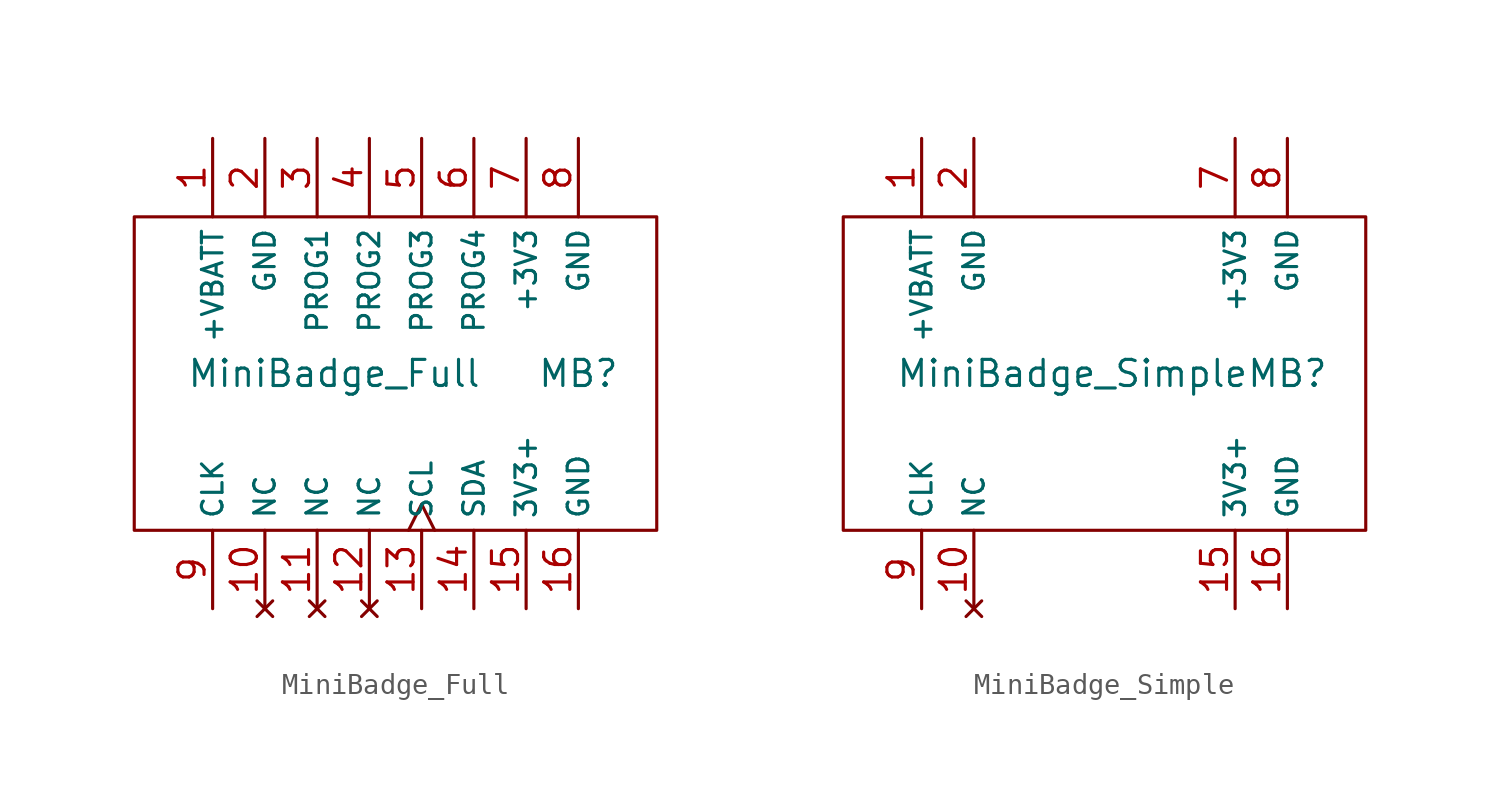
<source format=kicad_sym>
(kicad_symbol_lib
  (version 20211014)
  (generator kicad_symbol_editor)
  (symbol "MiniBadge_Full"
    (property "Reference" "MB"
      (at 8.89 0 0)
      (effects (font (size 1.27 1.27))))
    (property "Value" "MiniBadge_Full"
      (at -10.16 0 0)
      (effects (font (size 1.27 1.27)) (justify left)))
    (symbol "MiniBadge_Full_0_1"
      (rectangle (start -12.7 7.62) (end 12.7 -7.62) (stroke (width 0) (type default) (color 0 0 0 0)) (fill (type none))))
    (symbol "MiniBadge_Full_1_1"
      (pin power_out line (at -8.89 11.43 270) (length 3.81) (name "+VBATT" (effects (font (size 1 1)))) (number "1" (effects (font (size 1.27 1.27)))))
      (pin no_connect line (at -6.35 -11.43 90) (length 3.81) (name "NC" (effects (font (size 1 1)))) (number "10" (effects (font (size 1.27 1.27)))))
      (pin no_connect line (at -3.81 -11.43 90) (length 3.81) (name "NC" (effects (font (size 1 1)))) (number "11" (effects (font (size 1.27 1.27)))))
      (pin no_connect line (at -1.27 -11.43 90) (length 3.81) (name "NC" (effects (font (size 1 1)))) (number "12" (effects (font (size 1.27 1.27)))))
      (pin bidirectional clock (at 1.27 -11.43 90) (length 3.81) (name "SCL" (effects (font (size 1 1)))) (number "13" (effects (font (size 1.27 1.27)))))
      (pin output line (at 3.81 -11.43 90) (length 3.81) (name "SDA" (effects (font (size 1 1)))) (number "14" (effects (font (size 1.27 1.27)))))
      (pin power_out line (at 6.35 -11.43 90) (length 3.81) (name "3V3+" (effects (font (size 1 1)))) (number "15" (effects (font (size 1.27 1.27)))))
      (pin power_out line (at 8.89 -11.43 90) (length 3.81) (name "GND" (effects (font (size 1 1)))) (number "16" (effects (font (size 1.27 1.27)))))
      (pin power_out line (at -6.35 11.43 270) (length 3.81) (name "GND" (effects (font (size 1 1)))) (number "2" (effects (font (size 1.27 1.27)))))
      (pin bidirectional line (at -3.81 11.43 270) (length 3.81) (name "PROG1" (effects (font (size 1 1)))) (number "3" (effects (font (size 1.27 1.27)))))
      (pin bidirectional line (at -1.27 11.43 270) (length 3.81) (name "PROG2" (effects (font (size 1 1)))) (number "4" (effects (font (size 1.27 1.27)))))
      (pin bidirectional line (at 1.27 11.43 270) (length 3.81) (name "PROG3" (effects (font (size 1 1)))) (number "5" (effects (font (size 1.27 1.27)))))
      (pin bidirectional line (at 3.81 11.43 270) (length 3.81) (name "PROG4" (effects (font (size 1 1)))) (number "6" (effects (font (size 1.27 1.27)))))
      (pin power_out line (at 6.35 11.43 270) (length 3.81) (name "+3V3" (effects (font (size 1 1)))) (number "7" (effects (font (size 1.27 1.27)))))
      (pin power_out line (at 8.89 11.43 270) (length 3.81) (name "GND" (effects (font (size 1 1)))) (number "8" (effects (font (size 1.27 1.27)))))
      (pin output line (at -8.89 -11.43 90) (length 3.81) (name "CLK" (effects (font (size 1 1)))) (number "9" (effects (font (size 1.27 1.27)))))))
  (symbol "MiniBadge_Simple"
    (property "Reference" "MB"
      (at 8.89 0 0)
      (effects (font (size 1.27 1.27))))
    (property "Value" "MiniBadge_Simple"
      (at -10.16 0 0)
      (effects (font (size 1.27 1.27)) (justify left)))
    (symbol "MiniBadge_Simple_0_1"
      (rectangle (start -12.7 7.62) (end 12.7 -7.62) (stroke (width 0) (type default) (color 0 0 0 0)) (fill (type none))))
    (symbol "MiniBadge_Simple_1_1"
      (pin power_out line (at -8.89 11.43 270) (length 3.81) (name "+VBATT" (effects (font (size 1 1)))) (number "1" (effects (font (size 1.27 1.27)))))
      (pin no_connect line (at -6.35 -11.43 90) (length 3.81) (name "NC" (effects (font (size 1 1)))) (number "10" (effects (font (size 1.27 1.27)))))
      (pin power_out line (at 6.35 -11.43 90) (length 3.81) (name "3V3+" (effects (font (size 1 1)))) (number "15" (effects (font (size 1.27 1.27)))))
      (pin power_out line (at 8.89 -11.43 90) (length 3.81) (name "GND" (effects (font (size 1 1)))) (number "16" (effects (font (size 1.27 1.27)))))
      (pin power_out line (at -6.35 11.43 270) (length 3.81) (name "GND" (effects (font (size 1 1)))) (number "2" (effects (font (size 1.27 1.27)))))
      (pin power_out line (at 6.35 11.43 270) (length 3.81) (name "+3V3" (effects (font (size 1 1)))) (number "7" (effects (font (size 1.27 1.27)))))
      (pin power_out line (at 8.89 11.43 270) (length 3.81) (name "GND" (effects (font (size 1 1)))) (number "8" (effects (font (size 1.27 1.27)))))
      (pin output line (at -8.89 -11.43 90) (length 3.81) (name "CLK" (effects (font (size 1 1)))) (number "9" (effects (font (size 1.27 1.27))))))))
</source>
